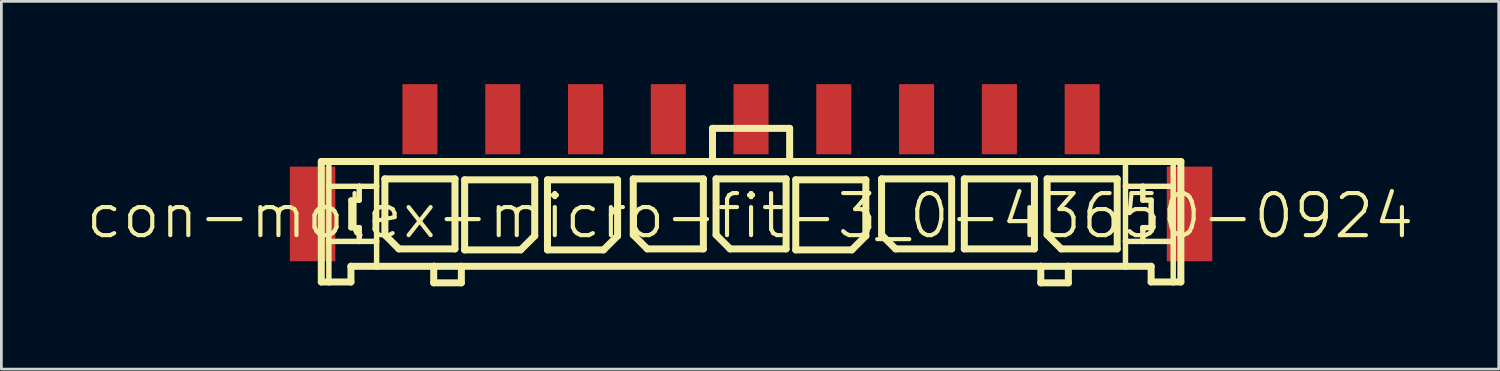
<source format=kicad_pcb>
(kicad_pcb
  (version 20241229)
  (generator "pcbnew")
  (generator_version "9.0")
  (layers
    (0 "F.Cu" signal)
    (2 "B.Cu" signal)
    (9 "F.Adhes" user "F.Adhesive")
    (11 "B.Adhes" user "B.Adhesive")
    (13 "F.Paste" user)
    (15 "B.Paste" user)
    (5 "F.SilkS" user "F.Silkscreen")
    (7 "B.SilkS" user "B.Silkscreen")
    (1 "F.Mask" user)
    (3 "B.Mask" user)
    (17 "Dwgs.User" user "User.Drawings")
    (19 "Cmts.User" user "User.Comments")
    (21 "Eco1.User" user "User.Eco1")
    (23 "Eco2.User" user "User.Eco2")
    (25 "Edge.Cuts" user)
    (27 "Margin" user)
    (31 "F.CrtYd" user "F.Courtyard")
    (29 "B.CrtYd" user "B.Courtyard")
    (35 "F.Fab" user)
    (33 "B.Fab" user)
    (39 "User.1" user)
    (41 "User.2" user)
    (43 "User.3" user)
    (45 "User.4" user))
  (footprint "con-molex-micro-fit-3_0-43650-0924"
    (layer "F.Cu")
    (at 24.13 4.773)
    (property "Reference" "con-molex-micro-fit-3_0-43650-0924" (at 0 0 0) (layer "F.SilkS") (effects (font (size 1.524 1.524) (thickness 0.15))))
    (attr smd)
    (fp_line (start -15.537 -1.971) (end -15.263 -1.971) (stroke (width 0.254) (type solid)) (layer "F.SilkS"))
    (fp_line (start -15.537 2.395) (end -15.537 -1.971) (stroke (width 0.254) (type solid)) (layer "F.SilkS"))
    (fp_line (start -15.263 -1.971) (end -13.533 -1.971) (stroke (width 0.254) (type solid)) (layer "F.SilkS"))
    (fp_line (start -15.263 -1.072) (end -15.263 -1.971) (stroke (width 0.198) (type solid)) (layer "F.SilkS"))
    (fp_line (start -15.263 0.925) (end -15.263 -1.072) (stroke (width 0.198) (type solid)) (layer "F.SilkS"))
    (fp_line (start -15.263 2.395) (end -15.537 2.395) (stroke (width 0.254) (type solid)) (layer "F.SilkS"))
    (fp_line (start -15.263 2.395) (end -15.263 0.925) (stroke (width 0.198) (type solid)) (layer "F.SilkS"))
    (fp_line (start -14.463 -0.572) (end -14.463 0.427) (stroke (width 0.198) (type solid)) (layer "F.SilkS"))
    (fp_line (start -14.463 0.427) (end -14.163 0.427) (stroke (width 0.198) (type solid)) (layer "F.SilkS"))
    (fp_line (start -14.463 1.826) (end -14.463 2.395) (stroke (width 0.254) (type solid)) (layer "F.SilkS"))
    (fp_line (start -14.463 2.395) (end -15.263 2.395) (stroke (width 0.254) (type solid)) (layer "F.SilkS"))
    (fp_line (start -14.163 -1.072) (end -15.263 -1.072) (stroke (width 0.198) (type solid)) (layer "F.SilkS"))
    (fp_line (start -14.163 -1.072) (end -14.163 -0.572) (stroke (width 0.198) (type solid)) (layer "F.SilkS"))
    (fp_line (start -14.163 -0.572) (end -14.463 -0.572) (stroke (width 0.198) (type solid)) (layer "F.SilkS"))
    (fp_line (start -14.163 0.427) (end -14.163 0.925) (stroke (width 0.198) (type solid)) (layer "F.SilkS"))
    (fp_line (start -14.163 0.925) (end -15.263 0.925) (stroke (width 0.198) (type solid)) (layer "F.SilkS"))
    (fp_line (start -13.533 -1.971) (end -1.361 -1.971) (stroke (width 0.254) (type solid)) (layer "F.SilkS"))
    (fp_line (start -13.533 -1.072) (end -14.163 -1.072) (stroke (width 0.198) (type solid)) (layer "F.SilkS"))
    (fp_line (start -13.533 -1.072) (end -13.533 -1.971) (stroke (width 0.198) (type solid)) (layer "F.SilkS"))
    (fp_line (start -13.533 0.925) (end -14.163 0.925) (stroke (width 0.198) (type solid)) (layer "F.SilkS"))
    (fp_line (start -13.533 0.925) (end -13.533 -1.072) (stroke (width 0.198) (type solid)) (layer "F.SilkS"))
    (fp_line (start -13.533 1.826) (end -14.463 1.826) (stroke (width 0.254) (type solid)) (layer "F.SilkS"))
    (fp_line (start -13.533 1.826) (end -13.533 0.925) (stroke (width 0.198) (type solid)) (layer "F.SilkS"))
    (fp_line (start -13.233 -1.341) (end -10.693 -1.341) (stroke (width 0.254) (type solid)) (layer "F.SilkS"))
    (fp_line (start -13.233 0.688) (end -13.233 -1.341) (stroke (width 0.254) (type solid)) (layer "F.SilkS"))
    (fp_line (start -12.725 1.196) (end -13.233 0.688) (stroke (width 0.254) (type solid)) (layer "F.SilkS"))
    (fp_line (start -11.463 1.826) (end -13.533 1.826) (stroke (width 0.254) (type solid)) (layer "F.SilkS"))
    (fp_line (start -11.463 1.826) (end -11.463 2.426) (stroke (width 0.254) (type solid)) (layer "F.SilkS"))
    (fp_line (start -11.463 2.426) (end -10.462 2.426) (stroke (width 0.254) (type solid)) (layer "F.SilkS"))
    (fp_line (start -10.693 -1.341) (end -10.693 1.196) (stroke (width 0.254) (type solid)) (layer "F.SilkS"))
    (fp_line (start -10.693 1.196) (end -12.725 1.196) (stroke (width 0.254) (type solid)) (layer "F.SilkS"))
    (fp_line (start -10.462 1.826) (end -11.463 1.826) (stroke (width 0.254) (type solid)) (layer "F.SilkS"))
    (fp_line (start -10.462 2.426) (end -10.462 1.826) (stroke (width 0.254) (type solid)) (layer "F.SilkS"))
    (fp_line (start -10.343 -1.306) (end -7.803 -1.306) (stroke (width 0.254) (type solid)) (layer "F.SilkS"))
    (fp_line (start -10.343 1.232) (end -10.343 -1.306) (stroke (width 0.254) (type solid)) (layer "F.SilkS"))
    (fp_line (start -8.311 1.232) (end -10.343 1.232) (stroke (width 0.254) (type solid)) (layer "F.SilkS"))
    (fp_line (start -7.803 -1.306) (end -7.803 0.724) (stroke (width 0.254) (type solid)) (layer "F.SilkS"))
    (fp_line (start -7.803 0.724) (end -8.311 1.232) (stroke (width 0.254) (type solid)) (layer "F.SilkS"))
    (fp_line (start -7.341 -1.306) (end -4.801 -1.306) (stroke (width 0.254) (type solid)) (layer "F.SilkS"))
    (fp_line (start -7.341 1.232) (end -7.341 -1.306) (stroke (width 0.254) (type solid)) (layer "F.SilkS"))
    (fp_line (start -5.309 1.232) (end -7.341 1.232) (stroke (width 0.254) (type solid)) (layer "F.SilkS"))
    (fp_line (start -4.801 -1.306) (end -4.801 0.724) (stroke (width 0.254) (type solid)) (layer "F.SilkS"))
    (fp_line (start -4.801 0.724) (end -5.309 1.232) (stroke (width 0.254) (type solid)) (layer "F.SilkS"))
    (fp_line (start -4.232 -1.341) (end -1.692 -1.341) (stroke (width 0.254) (type solid)) (layer "F.SilkS"))
    (fp_line (start -4.232 0.688) (end -4.232 -1.341) (stroke (width 0.254) (type solid)) (layer "F.SilkS"))
    (fp_line (start -3.724 1.196) (end -4.232 0.688) (stroke (width 0.254) (type solid)) (layer "F.SilkS"))
    (fp_line (start -1.692 -1.341) (end -1.692 1.196) (stroke (width 0.254) (type solid)) (layer "F.SilkS"))
    (fp_line (start -1.692 1.196) (end -3.724 1.196) (stroke (width 0.254) (type solid)) (layer "F.SilkS"))
    (fp_line (start -1.361 -3.172) (end -1.361 -1.971) (stroke (width 0.254) (type solid)) (layer "F.SilkS"))
    (fp_line (start -1.361 -3.172) (end 1.435 -3.172) (stroke (width 0.254) (type solid)) (layer "F.SilkS"))
    (fp_line (start -1.361 -1.971) (end 1.435 -1.971) (stroke (width 0.254) (type solid)) (layer "F.SilkS"))
    (fp_line (start -1.232 -1.341) (end 1.306 -1.341) (stroke (width 0.254) (type solid)) (layer "F.SilkS"))
    (fp_line (start -1.232 0.688) (end -1.232 -1.341) (stroke (width 0.254) (type solid)) (layer "F.SilkS"))
    (fp_line (start -0.724 1.196) (end -1.232 0.688) (stroke (width 0.254) (type solid)) (layer "F.SilkS"))
    (fp_line (start 1.306 -1.341) (end 1.306 1.196) (stroke (width 0.254) (type solid)) (layer "F.SilkS"))
    (fp_line (start 1.306 1.196) (end -0.724 1.196) (stroke (width 0.254) (type solid)) (layer "F.SilkS"))
    (fp_line (start 1.435 -3.172) (end 1.435 -1.971) (stroke (width 0.254) (type solid)) (layer "F.SilkS"))
    (fp_line (start 1.435 -1.971) (end 13.604 -1.971) (stroke (width 0.254) (type solid)) (layer "F.SilkS"))
    (fp_line (start 1.656 -1.306) (end 4.196 -1.306) (stroke (width 0.254) (type solid)) (layer "F.SilkS"))
    (fp_line (start 1.656 1.232) (end 1.656 -1.306) (stroke (width 0.254) (type solid)) (layer "F.SilkS"))
    (fp_line (start 3.688 1.232) (end 1.656 1.232) (stroke (width 0.254) (type solid)) (layer "F.SilkS"))
    (fp_line (start 4.196 -1.306) (end 4.196 0.724) (stroke (width 0.254) (type solid)) (layer "F.SilkS"))
    (fp_line (start 4.196 0.724) (end 3.688 1.232) (stroke (width 0.254) (type solid)) (layer "F.SilkS"))
    (fp_line (start 4.765 -1.341) (end 7.305 -1.341) (stroke (width 0.254) (type solid)) (layer "F.SilkS"))
    (fp_line (start 4.765 0.688) (end 4.765 -1.341) (stroke (width 0.254) (type solid)) (layer "F.SilkS"))
    (fp_line (start 5.273 1.196) (end 4.765 0.688) (stroke (width 0.254) (type solid)) (layer "F.SilkS"))
    (fp_line (start 7.305 -1.341) (end 7.305 1.196) (stroke (width 0.254) (type solid)) (layer "F.SilkS"))
    (fp_line (start 7.305 1.196) (end 5.273 1.196) (stroke (width 0.254) (type solid)) (layer "F.SilkS"))
    (fp_line (start 7.765 -1.341) (end 10.305 -1.341) (stroke (width 0.254) (type solid)) (layer "F.SilkS"))
    (fp_line (start 7.765 1.196) (end 7.765 -1.341) (stroke (width 0.254) (type solid)) (layer "F.SilkS"))
    (fp_line (start 10.305 -1.341) (end 10.305 1.196) (stroke (width 0.254) (type solid)) (layer "F.SilkS"))
    (fp_line (start 10.305 1.196) (end 7.765 1.196) (stroke (width 0.254) (type solid)) (layer "F.SilkS"))
    (fp_line (start 10.536 1.826) (end -10.462 1.826) (stroke (width 0.254) (type solid)) (layer "F.SilkS"))
    (fp_line (start 10.536 1.826) (end 10.536 2.426) (stroke (width 0.254) (type solid)) (layer "F.SilkS"))
    (fp_line (start 10.536 2.426) (end 11.534 2.426) (stroke (width 0.254) (type solid)) (layer "F.SilkS"))
    (fp_line (start 10.765 -1.341) (end 13.305 -1.341) (stroke (width 0.254) (type solid)) (layer "F.SilkS"))
    (fp_line (start 10.765 0.688) (end 10.765 -1.341) (stroke (width 0.254) (type solid)) (layer "F.SilkS"))
    (fp_line (start 11.273 1.196) (end 10.765 0.688) (stroke (width 0.254) (type solid)) (layer "F.SilkS"))
    (fp_line (start 11.534 1.826) (end 10.536 1.826) (stroke (width 0.254) (type solid)) (layer "F.SilkS"))
    (fp_line (start 11.534 2.426) (end 11.534 1.826) (stroke (width 0.254) (type solid)) (layer "F.SilkS"))
    (fp_line (start 13.305 -1.341) (end 13.305 1.196) (stroke (width 0.254) (type solid)) (layer "F.SilkS"))
    (fp_line (start 13.305 1.196) (end 11.273 1.196) (stroke (width 0.254) (type solid)) (layer "F.SilkS"))
    (fp_line (start 13.604 -1.971) (end 13.604 -1.072) (stroke (width 0.198) (type solid)) (layer "F.SilkS"))
    (fp_line (start 13.604 -1.971) (end 15.334 -1.971) (stroke (width 0.254) (type solid)) (layer "F.SilkS"))
    (fp_line (start 13.604 -1.072) (end 13.604 0.925) (stroke (width 0.198) (type solid)) (layer "F.SilkS"))
    (fp_line (start 13.604 -1.072) (end 14.234 -1.072) (stroke (width 0.198) (type solid)) (layer "F.SilkS"))
    (fp_line (start 13.604 0.925) (end 13.604 1.826) (stroke (width 0.198) (type solid)) (layer "F.SilkS"))
    (fp_line (start 13.604 0.925) (end 14.234 0.925) (stroke (width 0.198) (type solid)) (layer "F.SilkS"))
    (fp_line (start 13.604 1.826) (end 11.534 1.826) (stroke (width 0.254) (type solid)) (layer "F.SilkS"))
    (fp_line (start 14.234 -1.072) (end 14.234 -0.572) (stroke (width 0.198) (type solid)) (layer "F.SilkS"))
    (fp_line (start 14.234 -1.072) (end 15.334 -1.072) (stroke (width 0.198) (type solid)) (layer "F.SilkS"))
    (fp_line (start 14.234 -0.572) (end 14.534 -0.572) (stroke (width 0.198) (type solid)) (layer "F.SilkS"))
    (fp_line (start 14.234 0.427) (end 14.234 0.925) (stroke (width 0.198) (type solid)) (layer "F.SilkS"))
    (fp_line (start 14.234 0.925) (end 15.334 0.925) (stroke (width 0.198) (type solid)) (layer "F.SilkS"))
    (fp_line (start 14.534 -0.572) (end 14.534 0.427) (stroke (width 0.198) (type solid)) (layer "F.SilkS"))
    (fp_line (start 14.534 0.427) (end 14.234 0.427) (stroke (width 0.198) (type solid)) (layer "F.SilkS"))
    (fp_line (start 14.534 1.826) (end 13.604 1.826) (stroke (width 0.254) (type solid)) (layer "F.SilkS"))
    (fp_line (start 14.534 2.395) (end 14.534 1.826) (stroke (width 0.254) (type solid)) (layer "F.SilkS"))
    (fp_line (start 14.534 2.395) (end 15.334 2.395) (stroke (width 0.254) (type solid)) (layer "F.SilkS"))
    (fp_line (start 15.334 -1.971) (end 15.611 -1.971) (stroke (width 0.254) (type solid)) (layer "F.SilkS"))
    (fp_line (start 15.334 -1.072) (end 15.334 -1.971) (stroke (width 0.198) (type solid)) (layer "F.SilkS"))
    (fp_line (start 15.334 0.925) (end 15.334 -1.072) (stroke (width 0.198) (type solid)) (layer "F.SilkS"))
    (fp_line (start 15.334 2.395) (end 15.334 0.925) (stroke (width 0.198) (type solid)) (layer "F.SilkS"))
    (fp_line (start 15.334 2.395) (end 15.611 2.395) (stroke (width 0.254) (type solid)) (layer "F.SilkS"))
    (fp_line (start 15.611 -1.971) (end 15.611 2.395) (stroke (width 0.254) (type solid)) (layer "F.SilkS"))
    (pad "P$1" smd rect (at 12.035 -3.503) (size 1.27 2.54) (layers "F.Cu" "F.Mask" "F.Paste"))
    (pad "P$2" smd rect (at 9.035 -3.503) (size 1.27 2.54) (layers "F.Cu" "F.Mask" "F.Paste"))
    (pad "P$3" smd rect (at 6.035 -3.503) (size 1.27 2.54) (layers "F.Cu" "F.Mask" "F.Paste"))
    (pad "P$4" smd rect (at 3.035 -3.503) (size 1.27 2.54) (layers "F.Cu" "F.Mask" "F.Paste"))
    (pad "P$5" smd rect (at 0.036 -3.503) (size 1.27 2.54) (layers "F.Cu" "F.Mask" "F.Paste"))
    (pad "P$6" smd rect (at -2.962 -3.503) (size 1.27 2.54) (layers "F.Cu" "F.Mask" "F.Paste"))
    (pad "P$7" smd rect (at -5.961 -3.503) (size 1.27 2.54) (layers "F.Cu" "F.Mask" "F.Paste"))
    (pad "P$8" smd rect (at -8.961 -3.503) (size 1.27 2.54) (layers "F.Cu" "F.Mask" "F.Paste"))
    (pad "P$9" smd rect (at -11.963 -3.503) (size 1.27 2.54) (layers "F.Cu" "F.Mask" "F.Paste"))
    (pad "TAB1" smd rect (at 15.926 -0.071) (size 1.648 3.429) (layers "F.Cu" "F.Mask" "F.Paste"))
    (pad "TAB2" smd rect (at -15.852 -0.071) (size 1.648 3.429) (layers "F.Cu" "F.Mask" "F.Paste")))
  (gr_rect
    (start -3 -3)
    (end 51.26 10.325)
    (stroke (width 0.1) (type default))
    (fill no)
    (layer "Edge.Cuts")))
</source>
